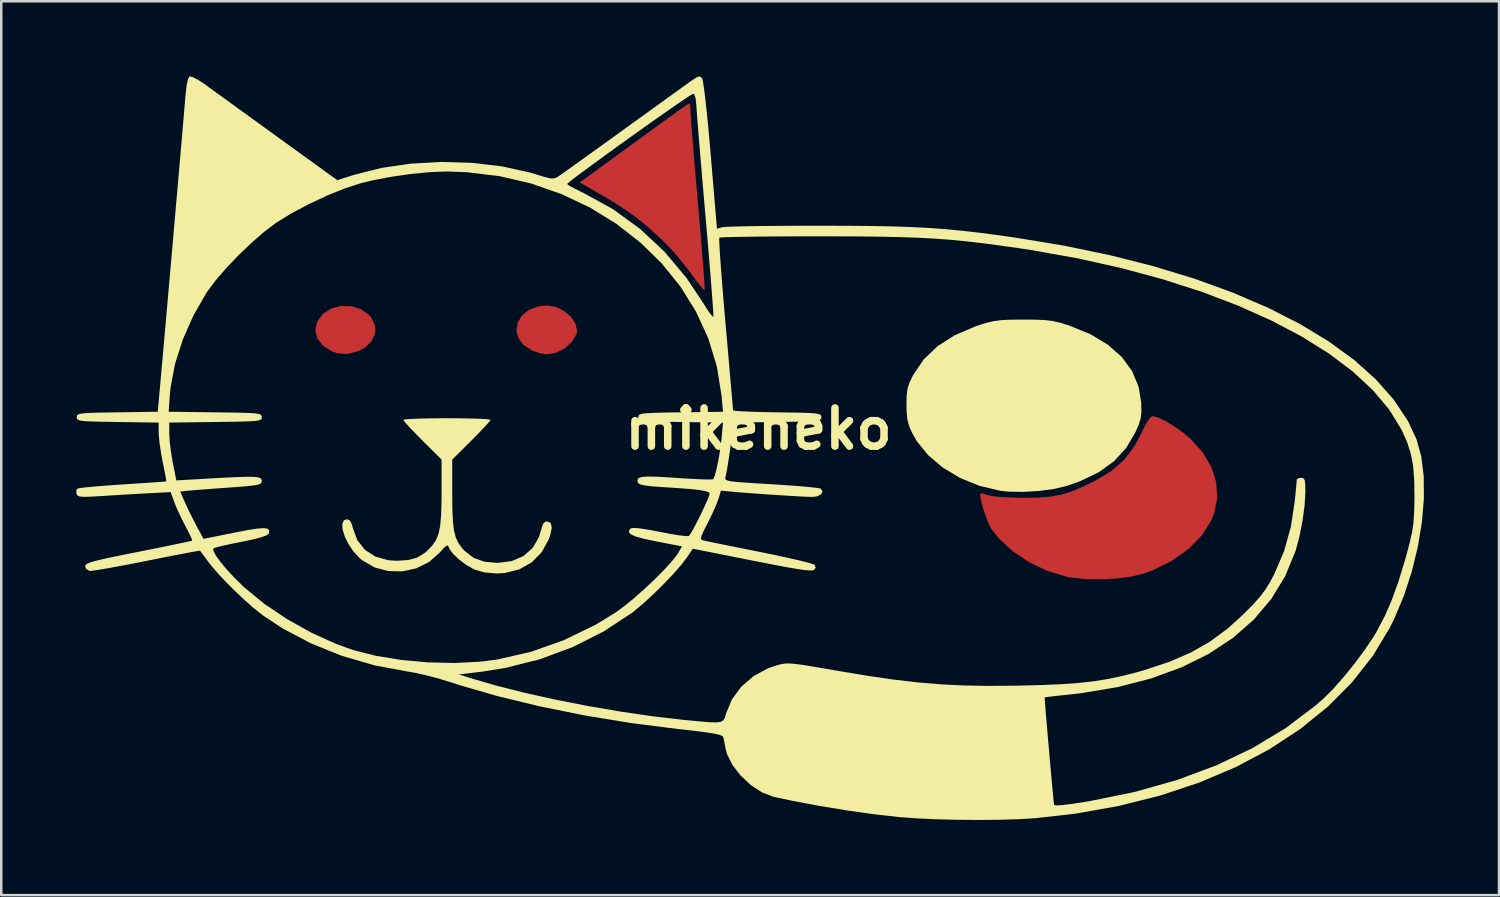
<source format=kicad_pcb>
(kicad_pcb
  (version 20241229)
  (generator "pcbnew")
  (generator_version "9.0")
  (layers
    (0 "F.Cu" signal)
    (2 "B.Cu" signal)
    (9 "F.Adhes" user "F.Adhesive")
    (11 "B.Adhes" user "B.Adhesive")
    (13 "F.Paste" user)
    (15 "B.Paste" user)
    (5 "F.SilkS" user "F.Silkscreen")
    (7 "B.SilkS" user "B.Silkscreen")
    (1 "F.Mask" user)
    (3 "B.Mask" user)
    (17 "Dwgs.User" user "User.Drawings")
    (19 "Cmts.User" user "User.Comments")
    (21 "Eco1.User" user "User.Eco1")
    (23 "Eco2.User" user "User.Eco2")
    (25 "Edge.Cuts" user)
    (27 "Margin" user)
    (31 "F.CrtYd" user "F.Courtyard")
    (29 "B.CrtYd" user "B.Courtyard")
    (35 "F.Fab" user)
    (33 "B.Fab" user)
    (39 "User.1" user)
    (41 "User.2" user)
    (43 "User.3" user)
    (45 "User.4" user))
  (footprint "mikeneko"
    (layer "F.Cu")
    (at 27.24 14.074)
    (property "Reference" "mikeneko" (at 0 0 0) (layer "F.SilkS") (effects (font (size 1.524 1.524) (thickness 0.3))))
    (attr board_only exclude_from_pos_files exclude_from_bom)
    (fp_poly (pts (xy -16.26 -4.898) (xy -15.873 -4.777) (xy -15.545 -4.539) (xy -15.475 -4.459) (xy -15.318 -4.141) (xy -15.315 -3.812) (xy -15.453 -3.502) (xy -15.722 -3.242) (xy -15.971 -3.11) (xy -16.409 -2.991) (xy -16.802 -3.014) (xy -17.032 -3.093) (xy -17.395 -3.322) (xy -17.622 -3.612) (xy -17.702 -3.941) (xy -17.623 -4.287) (xy -17.62 -4.292) (xy -17.388 -4.601) (xy -17.057 -4.808) (xy -16.668 -4.908)) (stroke (width 0) (type solid)) (fill yes) (layer "F.Cu"))
    (fp_poly (pts (xy -8.092 -4.867) (xy -7.763 -4.705) (xy -7.492 -4.473) (xy -7.31 -4.201) (xy -7.248 -3.919) (xy -7.268 -3.799) (xy -7.444 -3.484) (xy -7.739 -3.218) (xy -8.103 -3.037) (xy -8.471 -2.975) (xy -8.699 -3.012) (xy -8.976 -3.101) (xy -9.051 -3.133) (xy -9.395 -3.358) (xy -9.599 -3.636) (xy -9.67 -3.94) (xy -9.617 -4.244) (xy -9.45 -4.521) (xy -9.178 -4.744) (xy -8.808 -4.888) (xy -8.446 -4.927)) (stroke (width 0) (type solid)) (fill yes) (layer "F.Cu"))
    (fp_poly (pts (xy -2.734 -12.922) (xy -2.719 -12.735) (xy -2.718 -12.673) (xy -2.711 -12.518) (xy -2.69 -12.214) (xy -2.657 -11.782) (xy -2.613 -11.241) (xy -2.561 -10.612) (xy -2.502 -9.915) (xy -2.437 -9.171) (xy -2.419 -8.966) (xy -2.354 -8.226) (xy -2.296 -7.541) (xy -2.246 -6.927) (xy -2.205 -6.404) (xy -2.175 -5.99) (xy -2.158 -5.702) (xy -2.153 -5.559) (xy -2.155 -5.547) (xy -2.221 -5.587) (xy -2.348 -5.73) (xy -2.429 -5.835) (xy -2.782 -6.312) (xy -3.071 -6.686) (xy -3.325 -6.991) (xy -3.576 -7.264) (xy -3.854 -7.541) (xy -4.019 -7.697) (xy -4.457 -8.094) (xy -4.879 -8.436) (xy -5.328 -8.757) (xy -5.848 -9.088) (xy -6.395 -9.41) (xy -7.142 -9.837) (xy -5.843 -10.785) (xy -5.097 -11.329) (xy -4.478 -11.78) (xy -3.973 -12.147) (xy -3.573 -12.436) (xy -3.267 -12.656) (xy -3.044 -12.814) (xy -2.892 -12.919) (xy -2.802 -12.977) (xy -2.762 -12.997) (xy -2.76 -12.997)) (stroke (width 0) (type solid)) (fill yes) (layer "F.Cu"))
    (fp_poly (pts (xy 15.941 -0.456) (xy 16.246 -0.313) (xy 16.597 -0.102) (xy 16.953 0.151) (xy 17.251 0.401) (xy 17.738 0.946) (xy 18.081 1.534) (xy 18.273 2.146) (xy 18.311 2.766) (xy 18.19 3.374) (xy 18.069 3.668) (xy 17.685 4.267) (xy 17.154 4.806) (xy 16.493 5.272) (xy 15.72 5.651) (xy 15.376 5.778) (xy 14.888 5.897) (xy 14.293 5.974) (xy 13.648 6.007) (xy 13.011 5.993) (xy 12.439 5.93) (xy 12.275 5.898) (xy 11.516 5.666) (xy 10.793 5.319) (xy 10.14 4.882) (xy 9.594 4.376) (xy 9.294 3.993) (xy 9.192 3.798) (xy 9.083 3.526) (xy 8.98 3.223) (xy 8.899 2.934) (xy 8.852 2.706) (xy 8.855 2.585) (xy 8.859 2.581) (xy 8.955 2.584) (xy 9.134 2.641) (xy 9.142 2.644) (xy 9.33 2.686) (xy 9.654 2.719) (xy 10.078 2.742) (xy 10.534 2.752) (xy 11.151 2.745) (xy 11.654 2.706) (xy 12.096 2.625) (xy 12.53 2.487) (xy 13.011 2.281) (xy 13.416 2.084) (xy 14.082 1.686) (xy 14.612 1.218) (xy 15.033 0.652) (xy 15.294 0.149) (xy 15.467 -0.203) (xy 15.613 -0.429) (xy 15.719 -0.51) (xy 15.72 -0.51)) (stroke (width 0) (type solid)) (fill yes) (layer "F.Cu"))
    (fp_poly (pts (xy -16.26 -4.898) (xy -15.873 -4.777) (xy -15.545 -4.539) (xy -15.475 -4.459) (xy -15.318 -4.141) (xy -15.315 -3.812) (xy -15.453 -3.502) (xy -15.722 -3.242) (xy -15.971 -3.11) (xy -16.409 -2.991) (xy -16.802 -3.014) (xy -17.032 -3.093) (xy -17.395 -3.322) (xy -17.622 -3.612) (xy -17.702 -3.941) (xy -17.623 -4.287) (xy -17.62 -4.292) (xy -17.388 -4.601) (xy -17.057 -4.808) (xy -16.668 -4.908)) (stroke (width 0) (type solid)) (fill yes) (layer "F.Mask"))
    (fp_poly (pts (xy -8.092 -4.867) (xy -7.763 -4.705) (xy -7.492 -4.473) (xy -7.31 -4.201) (xy -7.248 -3.919) (xy -7.268 -3.799) (xy -7.444 -3.484) (xy -7.739 -3.218) (xy -8.103 -3.037) (xy -8.471 -2.975) (xy -8.699 -3.012) (xy -8.976 -3.101) (xy -9.051 -3.133) (xy -9.395 -3.358) (xy -9.599 -3.636) (xy -9.67 -3.94) (xy -9.617 -4.244) (xy -9.45 -4.521) (xy -9.178 -4.744) (xy -8.808 -4.888) (xy -8.446 -4.927)) (stroke (width 0) (type solid)) (fill yes) (layer "F.Mask"))
    (fp_poly (pts (xy -2.734 -12.922) (xy -2.719 -12.735) (xy -2.718 -12.673) (xy -2.711 -12.518) (xy -2.69 -12.214) (xy -2.657 -11.782) (xy -2.613 -11.241) (xy -2.561 -10.612) (xy -2.502 -9.915) (xy -2.437 -9.171) (xy -2.419 -8.966) (xy -2.354 -8.226) (xy -2.296 -7.541) (xy -2.246 -6.927) (xy -2.205 -6.404) (xy -2.175 -5.99) (xy -2.158 -5.702) (xy -2.153 -5.559) (xy -2.155 -5.547) (xy -2.221 -5.587) (xy -2.348 -5.73) (xy -2.429 -5.835) (xy -2.782 -6.312) (xy -3.071 -6.686) (xy -3.325 -6.991) (xy -3.576 -7.264) (xy -3.854 -7.541) (xy -4.019 -7.697) (xy -4.457 -8.094) (xy -4.879 -8.436) (xy -5.328 -8.757) (xy -5.848 -9.088) (xy -6.395 -9.41) (xy -7.142 -9.837) (xy -5.843 -10.785) (xy -5.097 -11.329) (xy -4.478 -11.78) (xy -3.973 -12.147) (xy -3.573 -12.436) (xy -3.267 -12.656) (xy -3.044 -12.814) (xy -2.892 -12.919) (xy -2.802 -12.977) (xy -2.762 -12.997) (xy -2.76 -12.997)) (stroke (width 0) (type solid)) (fill yes) (layer "F.Mask"))
    (fp_poly (pts (xy 15.941 -0.456) (xy 16.246 -0.313) (xy 16.597 -0.102) (xy 16.953 0.151) (xy 17.251 0.401) (xy 17.738 0.946) (xy 18.081 1.534) (xy 18.273 2.146) (xy 18.311 2.766) (xy 18.19 3.374) (xy 18.069 3.668) (xy 17.685 4.267) (xy 17.154 4.806) (xy 16.493 5.272) (xy 15.72 5.651) (xy 15.376 5.778) (xy 14.888 5.897) (xy 14.293 5.974) (xy 13.648 6.007) (xy 13.011 5.993) (xy 12.439 5.93) (xy 12.275 5.898) (xy 11.516 5.666) (xy 10.793 5.319) (xy 10.14 4.882) (xy 9.594 4.376) (xy 9.294 3.993) (xy 9.192 3.798) (xy 9.083 3.526) (xy 8.98 3.223) (xy 8.899 2.934) (xy 8.852 2.706) (xy 8.855 2.585) (xy 8.859 2.581) (xy 8.955 2.584) (xy 9.134 2.641) (xy 9.142 2.644) (xy 9.33 2.686) (xy 9.654 2.719) (xy 10.078 2.742) (xy 10.534 2.752) (xy 11.151 2.745) (xy 11.654 2.706) (xy 12.096 2.625) (xy 12.53 2.487) (xy 13.011 2.281) (xy 13.416 2.084) (xy 14.082 1.686) (xy 14.612 1.218) (xy 15.033 0.652) (xy 15.294 0.149) (xy 15.467 -0.203) (xy 15.613 -0.429) (xy 15.719 -0.51) (xy 15.72 -0.51)) (stroke (width 0) (type solid)) (fill yes) (layer "F.Mask"))
    (fp_poly (pts (xy 11.062 -4.36) (xy 11.429 -4.344) (xy 11.726 -4.308) (xy 12.004 -4.247) (xy 12.313 -4.155) (xy 12.385 -4.131) (xy 13.233 -3.788) (xy 13.939 -3.366) (xy 14.501 -2.871) (xy 14.914 -2.307) (xy 15.175 -1.677) (xy 15.277 -1.043) (xy 15.286 -0.695) (xy 15.258 -0.43) (xy 15.179 -0.169) (xy 15.041 0.146) (xy 14.674 0.766) (xy 14.193 1.291) (xy 13.583 1.73) (xy 12.835 2.092) (xy 12.275 2.288) (xy 11.78 2.402) (xy 11.187 2.48) (xy 10.565 2.516) (xy 9.982 2.507) (xy 9.632 2.469) (xy 8.81 2.272) (xy 8.044 1.96) (xy 7.356 1.548) (xy 6.772 1.053) (xy 6.316 0.491) (xy 6.137 0.177) (xy 6.01 -0.112) (xy 5.939 -0.379) (xy 5.909 -0.695) (xy 5.905 -0.977) (xy 5.913 -1.346) (xy 5.948 -1.616) (xy 6.027 -1.856) (xy 6.165 -2.136) (xy 6.186 -2.176) (xy 6.606 -2.788) (xy 7.155 -3.309) (xy 7.842 -3.744) (xy 8.673 -4.098) (xy 8.792 -4.139) (xy 9.106 -4.236) (xy 9.384 -4.301) (xy 9.676 -4.34) (xy 10.032 -4.359) (xy 10.502 -4.364) (xy 10.576 -4.364)) (stroke (width 0) (type solid)) (fill yes) (layer "F.SilkS"))
    (fp_poly (pts (xy -11.922 -0.422) (xy -11.462 -0.413) (xy -11.089 -0.4) (xy -10.83 -0.384) (xy -10.709 -0.365) (xy -10.704 -0.359) (xy -10.761 -0.278) (xy -10.916 -0.103) (xy -11.147 0.142) (xy -11.431 0.431) (xy -11.468 0.467) (xy -12.233 1.228) (xy -12.233 2.613) (xy -12.227 3.225) (xy -12.206 3.696) (xy -12.163 4.056) (xy -12.092 4.334) (xy -11.986 4.559) (xy -11.84 4.76) (xy -11.74 4.87) (xy -11.385 5.147) (xy -10.95 5.304) (xy -10.423 5.352) (xy -9.86 5.281) (xy -9.386 5.077) (xy -9.017 4.75) (xy -8.766 4.312) (xy -8.685 4.035) (xy -8.614 3.802) (xy -8.513 3.705) (xy -8.45 3.695) (xy -8.3 3.76) (xy -8.258 3.952) (xy -8.325 4.266) (xy -8.37 4.393) (xy -8.656 4.92) (xy -9.058 5.33) (xy -9.561 5.613) (xy -10.146 5.757) (xy -10.449 5.774) (xy -10.953 5.731) (xy -11.346 5.616) (xy -11.658 5.442) (xy -11.959 5.219) (xy -12.205 4.985) (xy -12.351 4.779) (xy -12.364 4.746) (xy -12.406 4.661) (xy -12.472 4.668) (xy -12.592 4.781) (xy -12.724 4.932) (xy -13.156 5.315) (xy -13.667 5.568) (xy -14.223 5.69) (xy -14.791 5.678) (xy -15.338 5.531) (xy -15.832 5.244) (xy -15.921 5.17) (xy -16.168 4.908) (xy -16.372 4.609) (xy -16.522 4.303) (xy -16.61 4.02) (xy -16.623 3.791) (xy -16.554 3.646) (xy -16.442 3.61) (xy -16.318 3.657) (xy -16.236 3.821) (xy -16.205 3.95) (xy -16.024 4.443) (xy -15.717 4.831) (xy -15.297 5.102) (xy -14.779 5.246) (xy -14.463 5.267) (xy -13.997 5.239) (xy -13.641 5.143) (xy -13.341 4.962) (xy -13.22 4.858) (xy -13.025 4.655) (xy -12.881 4.441) (xy -12.779 4.188) (xy -12.713 3.867) (xy -12.677 3.448) (xy -12.661 2.902) (xy -12.659 2.589) (xy -12.658 1.228) (xy -13.422 0.467) (xy -13.711 0.175) (xy -13.95 -0.076) (xy -14.116 -0.261) (xy -14.186 -0.355) (xy -14.187 -0.359) (xy -14.106 -0.379) (xy -13.88 -0.396) (xy -13.535 -0.41) (xy -13.095 -0.42) (xy -12.586 -0.425) (xy -12.445 -0.425)) (stroke (width 0) (type solid)) (fill yes) (layer "F.SilkS"))
    (fp_poly (pts (xy -22.597 -14.048) (xy -22.387 -13.94) (xy -22.13 -13.771) (xy -22.098 -13.748) (xy -21.908 -13.61) (xy -21.6 -13.387) (xy -21.195 -13.093) (xy -20.714 -12.745) (xy -20.177 -12.356) (xy -19.604 -11.942) (xy -19.208 -11.655) (xy -16.824 -9.93) (xy -16.135 -10.148) (xy -15.047 -10.422) (xy -13.872 -10.591) (xy -12.65 -10.658) (xy -11.424 -10.621) (xy -10.238 -10.48) (xy -9.132 -10.236) (xy -8.864 -10.155) (xy -8.531 -10.053) (xy -8.316 -10.002) (xy -8.175 -9.999) (xy -8.062 -10.039) (xy -7.992 -10.082) (xy -7.875 -10.163) (xy -7.639 -10.331) (xy -7.299 -10.574) (xy -6.874 -10.879) (xy -6.38 -11.234) (xy -5.836 -11.626) (xy -5.357 -11.972) (xy -4.779 -12.389) (xy -4.234 -12.783) (xy -3.739 -13.139) (xy -3.314 -13.446) (xy -2.976 -13.689) (xy -2.742 -13.857) (xy -2.643 -13.927) (xy -2.454 -14.049) (xy -2.346 -14.074) (xy -2.268 -14.011) (xy -2.256 -13.995) (xy -2.224 -13.878) (xy -2.182 -13.608) (xy -2.131 -13.203) (xy -2.073 -12.68) (xy -2.011 -12.056) (xy -1.947 -11.349) (xy -1.91 -10.926) (xy -1.663 -7.991) (xy -1.448 -8.052) (xy -1.319 -8.065) (xy -1.039 -8.076) (xy -0.626 -8.087) (xy -0.1 -8.096) (xy 0.522 -8.103) (xy 1.221 -8.108) (xy 1.978 -8.111) (xy 2.464 -8.111) (xy 3.56 -8.108) (xy 4.515 -8.1) (xy 5.355 -8.084) (xy 6.108 -8.058) (xy 6.802 -8.022) (xy 7.465 -7.974) (xy 8.124 -7.911) (xy 8.807 -7.833) (xy 9.541 -7.737) (xy 10.236 -7.639) (xy 12.178 -7.319) (xy 14.026 -6.936) (xy 15.772 -6.494) (xy 17.41 -5.994) (xy 18.936 -5.44) (xy 20.342 -4.836) (xy 21.622 -4.184) (xy 22.771 -3.488) (xy 23.782 -2.75) (xy 24.648 -1.974) (xy 25.364 -1.162) (xy 25.924 -0.319) (xy 26.271 0.419) (xy 26.461 1.102) (xy 26.558 1.899) (xy 26.564 2.782) (xy 26.485 3.726) (xy 26.323 4.704) (xy 26.083 5.69) (xy 25.768 6.658) (xy 25.382 7.581) (xy 25.204 7.94) (xy 24.523 9.068) (xy 23.695 10.121) (xy 22.727 11.095) (xy 21.627 11.985) (xy 20.401 12.789) (xy 19.058 13.502) (xy 17.605 14.119) (xy 16.048 14.638) (xy 14.395 15.054) (xy 12.654 15.364) (xy 11.086 15.542) (xy 10.431 15.583) (xy 9.654 15.608) (xy 8.801 15.616) (xy 7.921 15.609) (xy 7.058 15.587) (xy 6.262 15.549) (xy 5.607 15.5) (xy 4.627 15.39) (xy 3.55 15.239) (xy 2.441 15.057) (xy 1.366 14.855) (xy 0.595 14.691) (xy 0.141 14.518) (xy -0.308 14.225) (xy -0.714 13.847) (xy -1.045 13.42) (xy -1.264 12.979) (xy -1.321 12.758) (xy -1.366 12.513) (xy -1.406 12.327) (xy -1.41 12.311) (xy -1.452 12.262) (xy -1.564 12.216) (xy -1.763 12.17) (xy -2.071 12.121) (xy -2.505 12.065) (xy -3.086 11.999) (xy -3.208 11.986) (xy -5.095 11.746) (xy -6.951 11.441) (xy -8.743 11.079) (xy -10.44 10.667) (xy -12.01 10.21) (xy -12.318 10.11) (xy -12.789 9.966) (xy -13.289 9.836) (xy -13.428 9.805) (xy -11.967 9.805) (xy -11.484 9.958) (xy -10.471 10.253) (xy -9.328 10.541) (xy -8.092 10.816) (xy -6.803 11.068) (xy -5.501 11.291) (xy -4.222 11.477) (xy -3.008 11.619) (xy -2.846 11.634) (xy -2.322 11.684) (xy -1.943 11.714) (xy -1.681 11.72) (xy -1.513 11.698) (xy -1.413 11.644) (xy -1.354 11.552) (xy -1.313 11.418) (xy -1.297 11.358) (xy -1.061 10.794) (xy -0.686 10.289) (xy -0.196 9.869) (xy 0.383 9.558) (xy 0.66 9.462) (xy 0.817 9.417) (xy 0.954 9.385) (xy 1.095 9.368) (xy 1.263 9.368) (xy 1.483 9.388) (xy 1.779 9.428) (xy 2.175 9.492) (xy 2.694 9.58) (xy 3.228 9.673) (xy 4.379 9.864) (xy 5.407 10.013) (xy 6.356 10.124) (xy 7.267 10.2) (xy 8.181 10.245) (xy 9.142 10.263) (xy 10.19 10.256) (xy 10.321 10.253) (xy 11.262 10.23) (xy 12.064 10.196) (xy 12.759 10.147) (xy 13.377 10.079) (xy 13.949 9.988) (xy 14.508 9.871) (xy 15.083 9.724) (xy 15.416 9.629) (xy 16.405 9.301) (xy 17.263 8.929) (xy 18.028 8.491) (xy 18.738 7.966) (xy 19.371 7.391) (xy 19.748 7.009) (xy 20.029 6.692) (xy 20.25 6.395) (xy 20.445 6.073) (xy 20.58 5.818) (xy 20.979 4.892) (xy 21.252 3.914) (xy 21.408 2.888) (xy 21.443 2.533) (xy 21.47 2.243) (xy 21.487 2.059) (xy 21.49 2.018) (xy 21.563 1.966) (xy 21.662 1.954) (xy 21.753 1.97) (xy 21.804 2.045) (xy 21.827 2.214) (xy 21.832 2.515) (xy 21.832 2.527) (xy 21.802 3.053) (xy 21.72 3.664) (xy 21.598 4.285) (xy 21.45 4.844) (xy 21.436 4.885) (xy 21.026 5.88) (xy 20.472 6.789) (xy 19.777 7.611) (xy 18.946 8.342) (xy 17.981 8.98) (xy 16.887 9.522) (xy 15.668 9.968) (xy 14.326 10.313) (xy 12.867 10.556) (xy 12.324 10.617) (xy 11.958 10.655) (xy 11.662 10.689) (xy 11.473 10.714) (xy 11.422 10.726) (xy 11.426 10.81) (xy 11.443 11.036) (xy 11.47 11.376) (xy 11.506 11.803) (xy 11.548 12.288) (xy 11.593 12.804) (xy 11.639 13.324) (xy 11.683 13.82) (xy 11.724 14.264) (xy 11.758 14.628) (xy 11.784 14.886) (xy 11.798 15.009) (xy 11.799 15.015) (xy 11.89 15.036) (xy 12.131 15.022) (xy 12.529 14.972) (xy 13.088 14.885) (xy 13.21 14.865) (xy 15.016 14.498) (xy 16.708 14.021) (xy 18.281 13.434) (xy 19.732 12.741) (xy 21.055 11.942) (xy 22.246 11.04) (xy 22.569 10.758) (xy 22.946 10.381) (xy 23.37 9.901) (xy 23.803 9.364) (xy 24.21 8.815) (xy 24.554 8.3) (xy 24.667 8.112) (xy 24.989 7.504) (xy 25.277 6.848) (xy 25.545 6.107) (xy 25.808 5.245) (xy 25.88 4.988) (xy 26.006 4.511) (xy 26.091 4.13) (xy 26.144 3.783) (xy 26.172 3.41) (xy 26.185 2.952) (xy 26.188 2.737) (xy 26.179 2.047) (xy 26.134 1.48) (xy 26.042 0.99) (xy 25.896 0.534) (xy 25.687 0.065) (xy 25.664 0.019) (xy 25.174 -0.778) (xy 24.523 -1.55) (xy 23.719 -2.296) (xy 22.77 -3.009) (xy 21.685 -3.688) (xy 20.472 -4.327) (xy 19.137 -4.924) (xy 17.691 -5.474) (xy 16.139 -5.973) (xy 14.492 -6.418) (xy 12.756 -6.806) (xy 10.939 -7.131) (xy 10.406 -7.212) (xy 9.638 -7.321) (xy 8.942 -7.413) (xy 8.293 -7.488) (xy 7.664 -7.549) (xy 7.031 -7.596) (xy 6.367 -7.632) (xy 5.647 -7.657) (xy 4.846 -7.674) (xy 3.936 -7.684) (xy 2.894 -7.687) (xy 2.407 -7.688) (xy 1.607 -7.687) (xy 0.859 -7.684) (xy 0.181 -7.679) (xy -0.41 -7.672) (xy -0.898 -7.664) (xy -1.265 -7.655) (xy -1.494 -7.645) (xy -1.568 -7.635) (xy -1.572 -7.542) (xy -1.562 -7.297) (xy -1.539 -6.92) (xy -1.504 -6.429) (xy -1.459 -5.841) (xy -1.405 -5.176) (xy -1.343 -4.45) (xy -1.32 -4.187) (xy -1.254 -3.445) (xy -1.194 -2.757) (xy -1.14 -2.14) (xy -1.094 -1.612) (xy -1.057 -1.193) (xy -1.032 -0.9) (xy -1.02 -0.752) (xy -1.019 -0.738) (xy -0.939 -0.72) (xy -0.713 -0.703) (xy -0.367 -0.687) (xy 0.073 -0.673) (xy 0.584 -0.662) (xy 0.743 -0.66) (xy 1.333 -0.652) (xy 1.774 -0.643) (xy 2.088 -0.63) (xy 2.296 -0.613) (xy 2.421 -0.587) (xy 2.483 -0.551) (xy 2.504 -0.503) (xy 2.506 -0.467) (xy 2.499 -0.41) (xy 2.464 -0.367) (xy 2.378 -0.336) (xy 2.222 -0.314) (xy 1.972 -0.298) (xy 1.607 -0.288) (xy 1.106 -0.279) (xy 0.761 -0.274) (xy -0.984 -0.252) (xy -1.126 0.745) (xy -1.186 1.154) (xy -1.243 1.515) (xy -1.291 1.786) (xy -1.32 1.92) (xy -1.332 1.979) (xy -1.316 2.024) (xy -1.252 2.06) (xy -1.119 2.09) (xy -0.897 2.117) (xy -0.566 2.143) (xy -0.106 2.174) (xy 0.499 2.21) (xy 1.049 2.245) (xy 1.545 2.281) (xy 1.96 2.317) (xy 2.268 2.349) (xy 2.444 2.375) (xy 2.472 2.384) (xy 2.554 2.495) (xy 2.5 2.609) (xy 2.341 2.694) (xy 2.164 2.718) (xy 1.96 2.712) (xy 1.626 2.696) (xy 1.197 2.671) (xy 0.713 2.64) (xy 0.21 2.607) (xy -0.273 2.572) (xy -0.698 2.54) (xy -1.029 2.512) (xy -1.07 2.508) (xy -1.503 2.465) (xy -1.599 2.783) (xy -1.683 3.009) (xy -1.822 3.325) (xy -1.988 3.672) (xy -2.032 3.759) (xy -2.192 4.074) (xy -2.281 4.271) (xy -2.305 4.38) (xy -2.271 4.432) (xy -2.185 4.46) (xy -2.183 4.461) (xy -2.05 4.489) (xy -1.776 4.546) (xy -1.385 4.625) (xy -0.903 4.723) (xy -0.356 4.833) (xy 0.07 4.918) (xy 0.644 5.035) (xy 1.164 5.148) (xy 1.607 5.249) (xy 1.949 5.334) (xy 2.166 5.397) (xy 2.232 5.426) (xy 2.28 5.542) (xy 2.223 5.626) (xy 2.159 5.651) (xy 2.024 5.654) (xy 1.804 5.633) (xy 1.482 5.585) (xy 1.041 5.508) (xy 0.468 5.399) (xy -0.255 5.257) (xy -2.629 4.785) (xy -2.852 5.121) (xy -3.079 5.421) (xy -3.404 5.792) (xy -3.792 6.2) (xy -4.209 6.61) (xy -4.619 6.986) (xy -4.988 7.294) (xy -5.049 7.34) (xy -6.185 8.089) (xy -7.422 8.712) (xy -8.74 9.201) (xy -10.118 9.548) (xy -11.085 9.7) (xy -11.967 9.805) (xy -13.428 9.805) (xy -13.749 9.734) (xy -14.017 9.689) (xy -15.339 9.442) (xy -16.633 9.065) (xy -17.867 8.569) (xy -19.009 7.966) (xy -19.793 7.447) (xy -20.187 7.133) (xy -20.633 6.736) (xy -21.088 6.297) (xy -21.508 5.861) (xy -21.85 5.469) (xy -21.939 5.354) (xy -22.116 5.118) (xy -22.247 4.942) (xy -22.302 4.864) (xy -22.303 4.864) (xy -22.385 4.874) (xy -22.612 4.914) (xy -22.96 4.98) (xy -23.409 5.066) (xy -23.935 5.17) (xy -24.43 5.269) (xy -25.015 5.385) (xy -25.552 5.487) (xy -26.015 5.571) (xy -26.381 5.632) (xy -26.625 5.667) (xy -26.717 5.672) (xy -26.86 5.585) (xy -26.887 5.489) (xy -26.871 5.437) (xy -26.811 5.387) (xy -26.688 5.334) (xy -26.484 5.273) (xy -26.18 5.2) (xy -25.758 5.109) (xy -25.199 4.995) (xy -24.763 4.909) (xy -24.186 4.793) (xy -23.667 4.688) (xy -23.227 4.598) (xy -22.891 4.527) (xy -22.679 4.48) (xy -22.614 4.463) (xy -22.639 4.382) (xy -22.727 4.191) (xy -22.862 3.931) (xy -22.88 3.897) (xy -23.056 3.551) (xy -23.221 3.193) (xy -23.325 2.94) (xy -23.479 2.524) (xy -24.461 2.577) (xy -24.973 2.606) (xy -25.538 2.639) (xy -26.069 2.671) (xy -26.311 2.687) (xy -26.706 2.71) (xy -26.965 2.715) (xy -27.118 2.699) (xy -27.199 2.658) (xy -27.237 2.595) (xy -27.24 2.443) (xy -27.195 2.386) (xy -27.084 2.362) (xy -26.83 2.332) (xy -26.461 2.297) (xy -26.004 2.261) (xy -25.485 2.225) (xy -25.378 2.218) (xy -24.858 2.185) (xy -24.401 2.154) (xy -24.03 2.128) (xy -23.773 2.109) (xy -23.653 2.097) (xy -23.648 2.096) (xy -23.659 2.012) (xy -23.698 1.8) (xy -23.758 1.497) (xy -23.795 1.317) (xy -23.868 0.919) (xy -23.923 0.532) (xy -23.952 0.222) (xy -23.954 0.15) (xy -23.956 -0.251) (xy -25.591 -0.274) (xy -26.156 -0.283) (xy -26.573 -0.293) (xy -26.865 -0.306) (xy -27.054 -0.326) (xy -27.162 -0.354) (xy -27.212 -0.394) (xy -27.226 -0.448) (xy -27.226 -0.467) (xy -27.219 -0.526) (xy -27.182 -0.57) (xy -27.093 -0.602) (xy -26.929 -0.624) (xy -26.668 -0.639) (xy -26.287 -0.649) (xy -25.765 -0.658) (xy -25.609 -0.66) (xy -24.002 -0.683) (xy -23.556 -0.683) (xy -21.696 -0.66) (xy -21.088 -0.652) (xy -20.63 -0.643) (xy -20.299 -0.632) (xy -20.076 -0.615) (xy -19.939 -0.591) (xy -19.867 -0.558) (xy -19.84 -0.514) (xy -19.836 -0.467) (xy -19.842 -0.411) (xy -19.876 -0.369) (xy -19.959 -0.338) (xy -20.11 -0.316) (xy -20.352 -0.3) (xy -20.706 -0.289) (xy -21.191 -0.281) (xy -21.683 -0.274) (xy -23.531 -0.252) (xy -23.531 0.193) (xy -23.514 0.495) (xy -23.467 0.886) (xy -23.402 1.288) (xy -23.39 1.348) (xy -23.249 2.058) (xy -22.01 1.987) (xy -21.345 1.95) (xy -20.83 1.925) (xy -20.447 1.914) (xy -20.176 1.916) (xy -19.998 1.933) (xy -19.895 1.966) (xy -19.847 2.015) (xy -19.836 2.081) (xy -19.846 2.144) (xy -19.892 2.192) (xy -19.997 2.23) (xy -20.185 2.262) (xy -20.479 2.293) (xy -20.903 2.327) (xy -21.28 2.354) (xy -21.77 2.389) (xy -22.212 2.423) (xy -22.572 2.451) (xy -22.819 2.472) (xy -22.909 2.481) (xy -23.093 2.506) (xy -22.908 2.931) (xy -22.765 3.241) (xy -22.582 3.608) (xy -22.443 3.874) (xy -22.162 4.392) (xy -20.925 4.143) (xy -20.39 4.04) (xy -20.002 3.98) (xy -19.743 3.964) (xy -19.595 3.992) (xy -19.54 4.064) (xy -19.56 4.182) (xy -19.563 4.188) (xy -19.673 4.264) (xy -19.946 4.354) (xy -20.376 4.456) (xy -20.637 4.508) (xy -21.041 4.589) (xy -21.387 4.665) (xy -21.64 4.727) (xy -21.763 4.767) (xy -21.764 4.768) (xy -21.773 4.864) (xy -21.674 5.054) (xy -21.486 5.315) (xy -21.226 5.626) (xy -20.91 5.965) (xy -20.557 6.309) (xy -20.52 6.344) (xy -19.732 6.989) (xy -18.826 7.597) (xy -17.854 8.141) (xy -16.867 8.588) (xy -16.183 8.833) (xy -15.275 9.063) (xy -14.26 9.228) (xy -13.192 9.324) (xy -12.123 9.348) (xy -11.104 9.296) (xy -10.443 9.211) (xy -9.092 8.903) (xy -7.772 8.435) (xy -6.509 7.821) (xy -5.703 7.328) (xy -5.362 7.079) (xy -4.969 6.757) (xy -4.555 6.39) (xy -4.147 6.006) (xy -3.775 5.632) (xy -3.469 5.297) (xy -3.256 5.029) (xy -3.208 4.952) (xy -3.06 4.691) (xy -4.088 4.493) (xy -4.582 4.39) (xy -4.92 4.295) (xy -5.116 4.204) (xy -5.185 4.109) (xy -5.139 4.003) (xy -5.118 3.98) (xy -4.997 3.954) (xy -4.729 3.975) (xy -4.307 4.043) (xy -3.95 4.112) (xy -3.539 4.19) (xy -3.187 4.248) (xy -2.927 4.28) (xy -2.794 4.282) (xy -2.786 4.279) (xy -2.714 4.183) (xy -2.594 3.972) (xy -2.444 3.687) (xy -2.286 3.369) (xy -2.14 3.059) (xy -2.024 2.796) (xy -1.961 2.622) (xy -1.954 2.586) (xy -1.992 2.532) (xy -2.117 2.486) (xy -2.346 2.444) (xy -2.695 2.406) (xy -3.181 2.367) (xy -3.809 2.327) (xy -4.261 2.295) (xy -4.565 2.257) (xy -4.743 2.211) (xy -4.817 2.152) (xy -4.818 2.149) (xy -4.84 2.044) (xy -4.8 1.97) (xy -4.678 1.924) (xy -4.457 1.905) (xy -4.116 1.909) (xy -3.636 1.934) (xy -3.278 1.958) (xy -2.805 1.989) (xy -2.393 2.01) (xy -2.071 2.02) (xy -1.868 2.019) (xy -1.812 2.01) (xy -1.755 1.885) (xy -1.687 1.633) (xy -1.615 1.296) (xy -1.548 0.916) (xy -1.495 0.536) (xy -1.477 0.363) (xy -1.421 -0.251) (xy -3.11 -0.274) (xy -3.686 -0.283) (xy -4.113 -0.292) (xy -4.414 -0.305) (xy -4.612 -0.324) (xy -4.727 -0.351) (xy -4.782 -0.389) (xy -4.799 -0.441) (xy -4.8 -0.467) (xy -4.793 -0.525) (xy -4.756 -0.569) (xy -4.669 -0.6) (xy -4.51 -0.622) (xy -4.255 -0.637) (xy -3.884 -0.648) (xy -3.374 -0.657) (xy -3.11 -0.66) (xy -1.421 -0.683) (xy -1.479 -1.323) (xy -1.668 -2.495) (xy -2.011 -3.618) (xy -2.499 -4.682) (xy -3.12 -5.679) (xy -3.864 -6.602) (xy -4.721 -7.441) (xy -5.681 -8.189) (xy -6.733 -8.836) (xy -7.866 -9.373) (xy -9.023 -9.777) (xy -7.645 -9.777) (xy -7.574 -9.721) (xy -7.383 -9.614) (xy -7.108 -9.475) (xy -6.979 -9.413) (xy -5.815 -8.772) (xy -4.737 -7.989) (xy -3.756 -7.071) (xy -2.879 -6.027) (xy -2.195 -4.999) (xy -2.029 -4.734) (xy -1.896 -4.549) (xy -1.817 -4.474) (xy -1.806 -4.48) (xy -1.807 -4.58) (xy -1.822 -4.832) (xy -1.85 -5.219) (xy -1.888 -5.723) (xy -1.937 -6.328) (xy -1.994 -7.017) (xy -2.058 -7.771) (xy -2.118 -8.464) (xy -2.189 -9.28) (xy -2.256 -10.061) (xy -2.317 -10.786) (xy -2.371 -11.436) (xy -2.417 -11.991) (xy -2.451 -12.432) (xy -2.474 -12.738) (xy -2.482 -12.87) (xy -2.515 -13.198) (xy -2.574 -13.36) (xy -2.613 -13.38) (xy -2.702 -13.332) (xy -2.908 -13.198) (xy -3.212 -12.992) (xy -3.595 -12.726) (xy -4.039 -12.416) (xy -4.524 -12.073) (xy -5.031 -11.711) (xy -5.542 -11.345) (xy -6.038 -10.987) (xy -6.499 -10.651) (xy -6.907 -10.351) (xy -7.244 -10.101) (xy -7.489 -9.913) (xy -7.624 -9.801) (xy -7.645 -9.777) (xy -9.023 -9.777) (xy -9.071 -9.794) (xy -10.337 -10.089) (xy -11.653 -10.249) (xy -12.462 -10.277) (xy -13.131 -10.251) (xy -13.893 -10.177) (xy -14.683 -10.063) (xy -15.435 -9.918) (xy -15.871 -9.812) (xy -16.505 -9.608) (xy -17.216 -9.322) (xy -17.949 -8.979) (xy -18.65 -8.607) (xy -19.246 -8.241) (xy -19.708 -7.896) (xy -20.22 -7.454) (xy -20.745 -6.953) (xy -21.245 -6.431) (xy -21.682 -5.926) (xy -22.02 -5.474) (xy -22.043 -5.439) (xy -22.571 -4.519) (xy -22.996 -3.554) (xy -23.304 -2.583) (xy -23.481 -1.643) (xy -23.506 -1.382) (xy -23.556 -0.683) (xy -24.002 -0.683) (xy -23.991 -0.683) (xy -23.844 -2.317) (xy -23.788 -2.945) (xy -23.724 -3.668) (xy -23.653 -4.468) (xy -23.578 -5.326) (xy -23.499 -6.222) (xy -23.418 -7.14) (xy -23.338 -8.059) (xy -23.259 -8.962) (xy -23.183 -9.829) (xy -23.113 -10.642) (xy -23.048 -11.383) (xy -22.992 -12.033) (xy -22.946 -12.572) (xy -22.911 -12.984) (xy -22.889 -13.248) (xy -22.886 -13.281) (xy -22.84 -13.709) (xy -22.78 -13.976) (xy -22.716 -14.074)) (stroke (width 0) (type solid)) (fill yes) (layer "F.SilkS")))
  (gr_rect
    (start -3 -3)
    (end 56.804 32.691)
    (stroke (width 0.1) (type default))
    (fill no)
    (layer "Edge.Cuts")))
</source>
